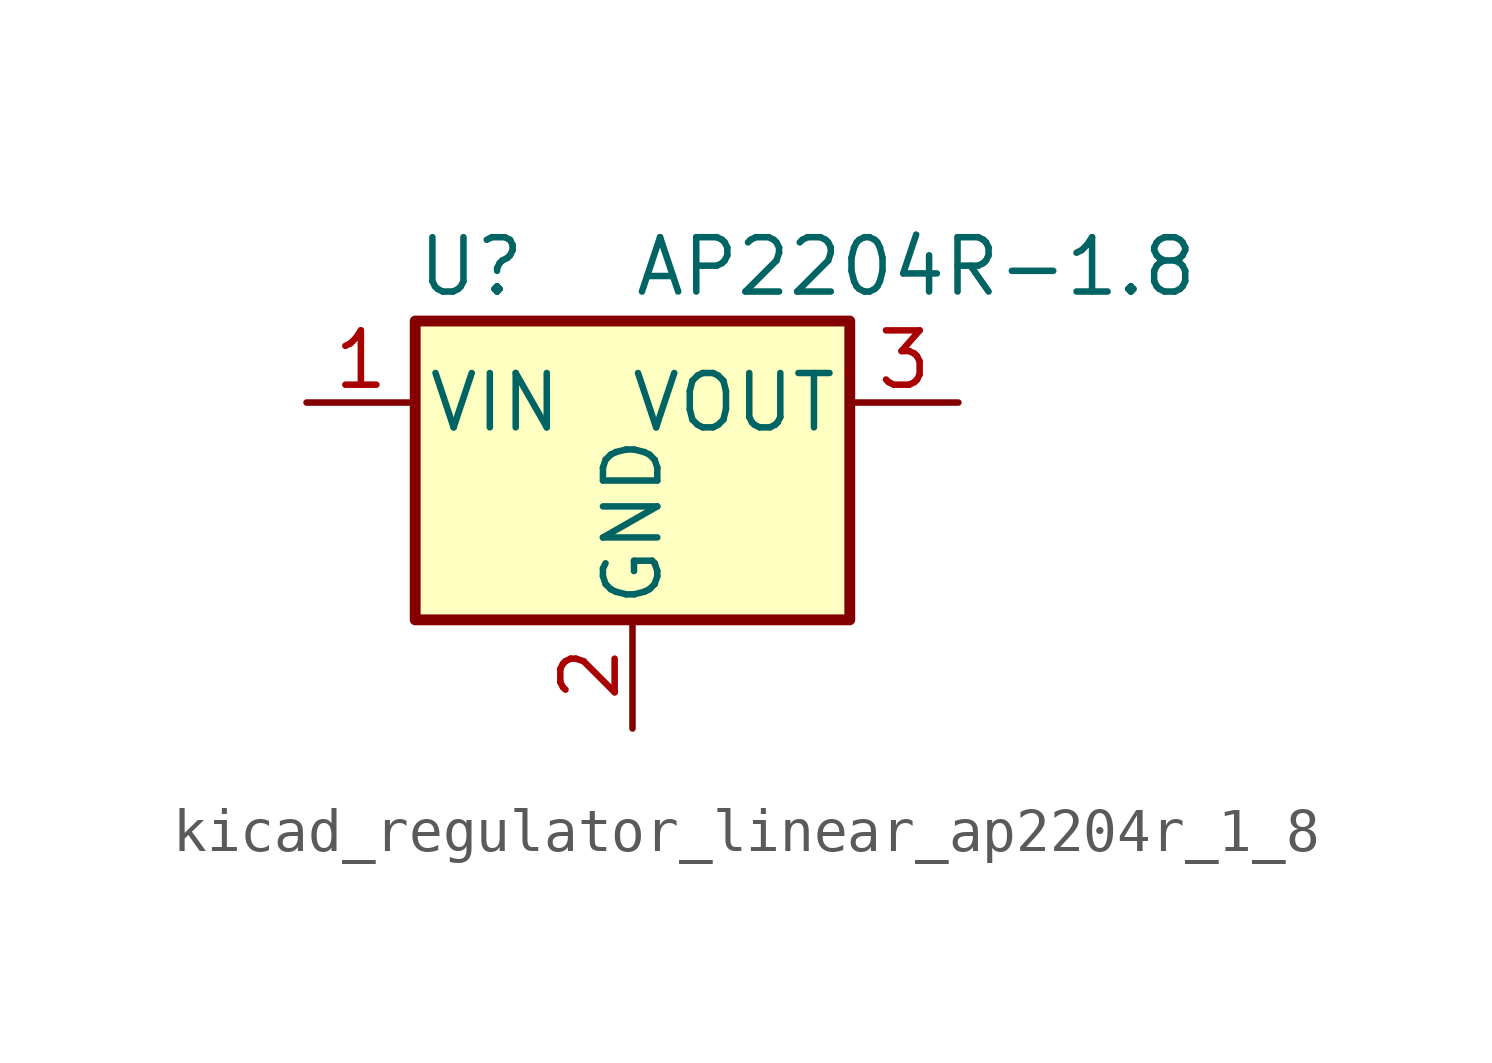
<source format=kicad_sym>
(kicad_symbol_lib
  (version 20220914)
  (generator kicad_symbol_editor)
  (symbol "kicad_regulator_linear_ap2204r_1_8"
    (pin_names
      (offset 0.254))
    (property "Reference" "U"
      (at -5.08 3.175 0)
      (effects (font (size 1.27 1.27)) (justify left)))
    (property "Value" "AP2204R-1.8"
      (at 0 3.175 0)
      (effects (font (size 1.27 1.27)) (justify left)))
    (symbol "kicad_regulator_linear_ap2204r_1_8_0_1"
      (rectangle (start -5.08 1.905) (end 5.08 -5.08) (stroke (width 0.254) (type default)) (fill (type background))))
    (symbol "kicad_regulator_linear_ap2204r_1_8_1_1"
      (pin power_in line (at -7.62 0 0) (length 2.54) (name "VIN" (effects (font (size 1.27 1.27)))) (number "1" (effects (font (size 1.27 1.27)))))
      (pin power_in line (at 0 -7.62 90) (length 2.54) (name "GND" (effects (font (size 1.27 1.27)))) (number "2" (effects (font (size 1.27 1.27)))))
      (pin power_out line (at 7.62 0 180) (length 2.54) (name "VOUT" (effects (font (size 1.27 1.27)))) (number "3" (effects (font (size 1.27 1.27))))))))
</source>
